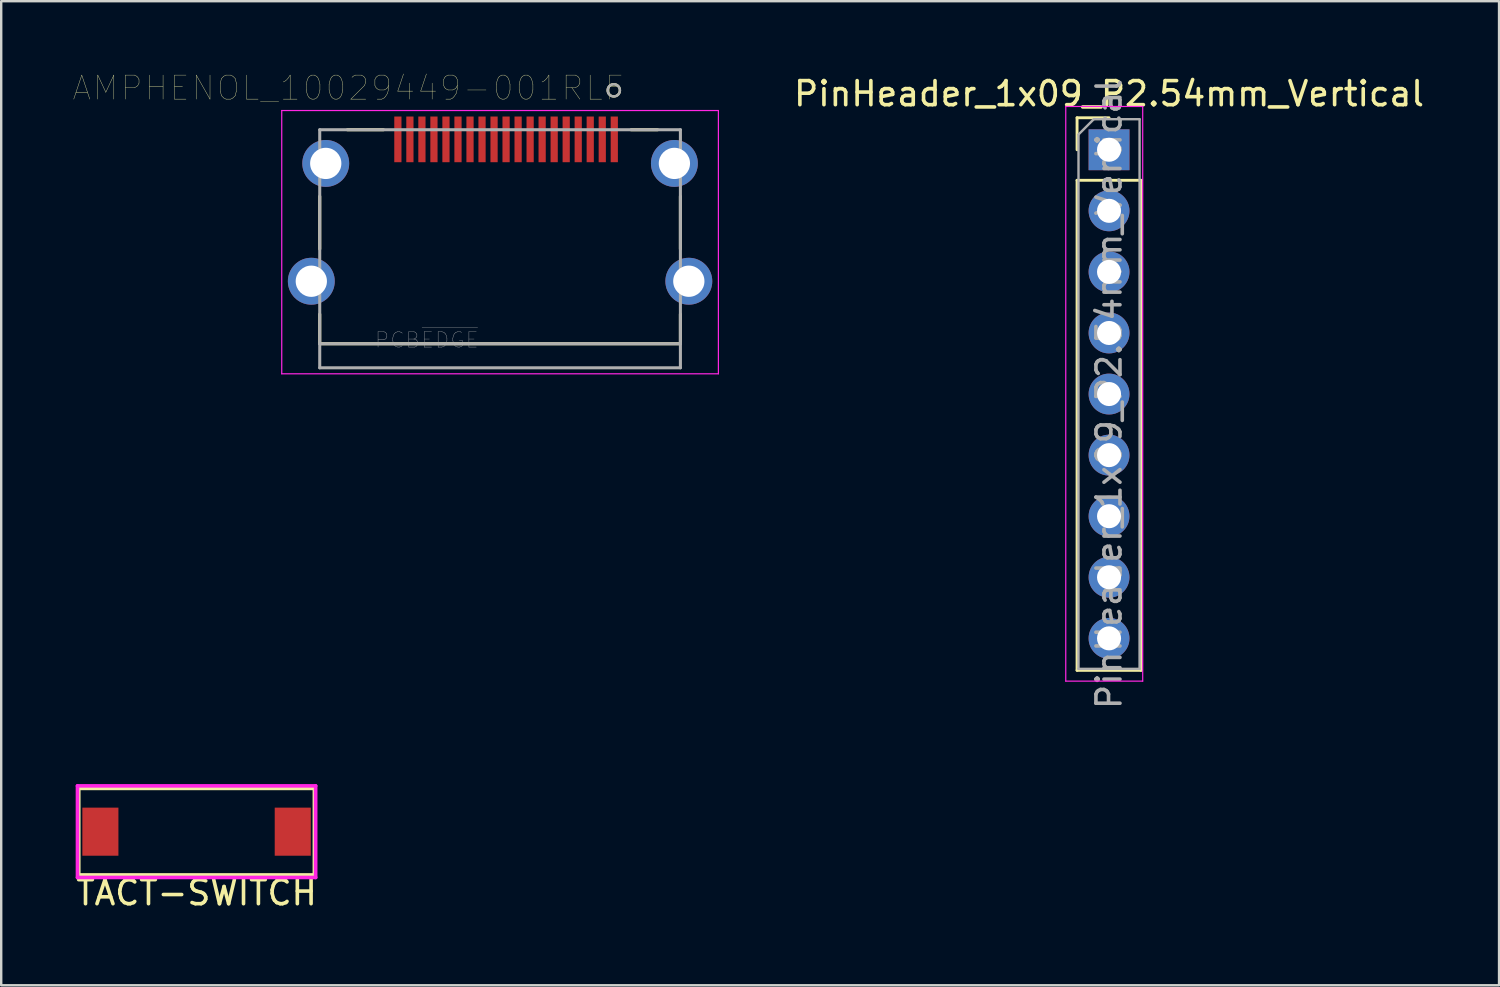
<source format=kicad_pcb>
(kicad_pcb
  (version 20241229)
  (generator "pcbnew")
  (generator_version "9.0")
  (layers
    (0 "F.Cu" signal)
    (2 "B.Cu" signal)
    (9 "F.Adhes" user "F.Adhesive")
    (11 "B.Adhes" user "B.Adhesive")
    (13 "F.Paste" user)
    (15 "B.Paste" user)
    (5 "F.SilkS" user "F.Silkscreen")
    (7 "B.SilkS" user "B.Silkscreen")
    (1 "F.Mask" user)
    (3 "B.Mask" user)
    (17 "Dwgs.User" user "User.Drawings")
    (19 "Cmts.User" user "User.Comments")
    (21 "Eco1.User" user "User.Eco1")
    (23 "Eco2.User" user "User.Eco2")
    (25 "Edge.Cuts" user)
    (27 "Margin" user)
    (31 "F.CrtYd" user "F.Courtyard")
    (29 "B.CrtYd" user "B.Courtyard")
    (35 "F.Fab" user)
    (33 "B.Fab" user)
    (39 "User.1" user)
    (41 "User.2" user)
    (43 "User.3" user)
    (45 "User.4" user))
  (footprint "PinHeader_1x09_P2.54mm_Vertical"
    (layer "F.Cu")
    (at 43.073 3.178)
    (property "Reference" "PinHeader_1x09_P2.54mm_Vertical" (at 0 -2.33 180) (layer "F.SilkS") (effects (font (size 1 1) (thickness 0.15))))
    (attr through_hole)
    (fp_line (start -1.33 -1.33) (end 0 -1.33) (stroke (width 0.12) (type solid)) (layer "F.SilkS"))
    (fp_line (start -1.33 0) (end -1.33 -1.33) (stroke (width 0.12) (type solid)) (layer "F.SilkS"))
    (fp_line (start -1.33 1.27) (end -1.33 21.65) (stroke (width 0.12) (type solid)) (layer "F.SilkS"))
    (fp_line (start -1.33 1.27) (end 1.33 1.27) (stroke (width 0.12) (type solid)) (layer "F.SilkS"))
    (fp_line (start -1.33 21.65) (end 1.33 21.65) (stroke (width 0.12) (type solid)) (layer "F.SilkS"))
    (fp_line (start 1.33 1.27) (end 1.33 21.65) (stroke (width 0.12) (type solid)) (layer "F.SilkS"))
    (fp_line (start -1.8 -1.8) (end -1.8 22.1) (stroke (width 0.05) (type solid)) (layer "F.CrtYd"))
    (fp_line (start -1.8 22.1) (end 1.4 22.1) (stroke (width 0.05) (type solid)) (layer "F.CrtYd"))
    (fp_line (start 1.4 -1.8) (end -1.8 -1.8) (stroke (width 0.05) (type solid)) (layer "F.CrtYd"))
    (fp_line (start 1.4 22.1) (end 1.4 -1.8) (stroke (width 0.05) (type solid)) (layer "F.CrtYd"))
    (fp_line (start -1.27 -0.635) (end -0.635 -1.27) (stroke (width 0.1) (type solid)) (layer "F.Fab"))
    (fp_line (start -1.27 21.59) (end -1.27 -0.635) (stroke (width 0.1) (type solid)) (layer "F.Fab"))
    (fp_line (start -0.635 -1.27) (end 1.27 -1.27) (stroke (width 0.1) (type solid)) (layer "F.Fab"))
    (fp_line (start 1.27 -1.27) (end 1.27 21.59) (stroke (width 0.1) (type solid)) (layer "F.Fab"))
    (fp_line (start 1.27 21.59) (end -1.27 21.59) (stroke (width 0.1) (type solid)) (layer "F.Fab"))
    (fp_text user "${REFERENCE}" (at 0 10.16 90) (layer "F.Fab") (effects (font (size 1 1) (thickness 0.15))))
    (pad "1" thru_hole rect (at 0 0) (size 1.7 1.7) (drill 1) (layers "*.Cu" "*.Mask"))
    (pad "2" thru_hole oval (at 0 2.54) (size 1.7 1.7) (drill 1) (layers "*.Cu" "*.Mask"))
    (pad "3" thru_hole oval (at 0 5.08) (size 1.7 1.7) (drill 1) (layers "*.Cu" "*.Mask"))
    (pad "4" thru_hole oval (at 0 7.62) (size 1.7 1.7) (drill 1) (layers "*.Cu" "*.Mask"))
    (pad "5" thru_hole oval (at 0 10.16) (size 1.7 1.7) (drill 1) (layers "*.Cu" "*.Mask"))
    (pad "6" thru_hole oval (at 0 12.7) (size 1.7 1.7) (drill 1) (layers "*.Cu" "*.Mask"))
    (pad "7" thru_hole oval (at 0 15.24) (size 1.7 1.7) (drill 1) (layers "*.Cu" "*.Mask"))
    (pad "8" thru_hole oval (at 0 17.78) (size 1.7 1.7) (drill 1) (layers "*.Cu" "*.Mask"))
    (pad "9" thru_hole oval (at 0 20.32) (size 1.7 1.7) (drill 1) (layers "*.Cu" "*.Mask")))
  (footprint "TACT-SWITCH"
    (layer "F.Cu")
    (at 5.125 31.538)
    (property "Reference" "TACT-SWITCH" (at 0 2.54 0) (layer "F.SilkS") (effects (font (size 1 1) (thickness 0.15))))
    (attr through_hole)
    (fp_line (start -4.9 -1.8) (end 4.9 -1.8) (stroke (width 0.15) (type solid)) (layer "F.SilkS"))
    (fp_line (start -4.9 1.8) (end -4.9 -1.8) (stroke (width 0.15) (type solid)) (layer "F.SilkS"))
    (fp_line (start 4.9 -1.8) (end 4.9 1.8) (stroke (width 0.15) (type solid)) (layer "F.SilkS"))
    (fp_line (start 4.9 1.8) (end -4.9 1.8) (stroke (width 0.15) (type solid)) (layer "F.SilkS"))
    (fp_line (start -4.953 -1.905) (end 4.953 -1.905) (stroke (width 0.15) (type solid)) (layer "F.CrtYd"))
    (fp_line (start -4.953 1.905) (end -4.953 -1.905) (stroke (width 0.15) (type solid)) (layer "F.CrtYd"))
    (fp_line (start 4.953 -1.905) (end 4.953 1.905) (stroke (width 0.15) (type solid)) (layer "F.CrtYd"))
    (fp_line (start 4.953 1.905) (end -4.953 1.905) (stroke (width 0.15) (type solid)) (layer "F.CrtYd"))
    (pad "1" smd rect (at -4 0) (size 1.5 2) (layers "F.Cu" "F.Mask" "F.Paste"))
    (pad "2" smd rect (at 4 0) (size 1.5 2) (layers "F.Cu" "F.Mask" "F.Paste")))
  (footprint "AMPHENOL_10029449-001RLF"
    (layer "F.Cu")
    (at 17.747 3.746)
    (property "Reference" "AMPHENOL_10029449-001RLF" (at -6.325 -3.135 0) (layer "F.SilkS") (effects (font (size 1 1) (thickness 0.015))))
    (attr through_hole)
    (fp_line (start -7.5 3.56) (end -7.5 1.37) (stroke (width 0.127) (type solid)) (layer "F.SilkS"))
    (fp_line (start -7.5 7.5) (end -7.5 6.27) (stroke (width 0.127) (type solid)) (layer "F.SilkS"))
    (fp_line (start -6.35 -1.4) (end -4.85 -1.4) (stroke (width 0.127) (type solid)) (layer "F.SilkS"))
    (fp_line (start 5.45 -1.4) (end 6.55 -1.4) (stroke (width 0.127) (type solid)) (layer "F.SilkS"))
    (fp_line (start 7.5 1.37) (end 7.5 3.56) (stroke (width 0.127) (type solid)) (layer "F.SilkS"))
    (fp_line (start 7.5 6.27) (end 7.5 7.5) (stroke (width 0.127) (type solid)) (layer "F.SilkS"))
    (fp_line (start 7.5 7.5) (end -7.5 7.5) (stroke (width 0.127) (type solid)) (layer "F.SilkS"))
    (fp_circle (center 4.73 -3.04) (end 4.984 -3.04) (stroke (width 0.1) (type solid)) (fill no) (layer "F.SilkS"))
    (fp_line (start -9.08 -2.2) (end 9.08 -2.2) (stroke (width 0.05) (type solid)) (layer "F.CrtYd"))
    (fp_line (start -9.08 8.75) (end -9.08 -2.2) (stroke (width 0.05) (type solid)) (layer "F.CrtYd"))
    (fp_line (start 9.08 -2.2) (end 9.08 8.75) (stroke (width 0.05) (type solid)) (layer "F.CrtYd"))
    (fp_line (start 9.08 8.75) (end -9.08 8.75) (stroke (width 0.05) (type solid)) (layer "F.CrtYd"))
    (fp_line (start -7.5 -1.4) (end 7.5 -1.4) (stroke (width 0.127) (type solid)) (layer "F.Fab"))
    (fp_line (start -7.5 7.5) (end -7.5 -1.4) (stroke (width 0.127) (type solid)) (layer "F.Fab"))
    (fp_line (start -7.5 8.5) (end -7.5 7.5) (stroke (width 0.127) (type solid)) (layer "F.Fab"))
    (fp_line (start 7.5 -1.4) (end 7.5 7.5) (stroke (width 0.127) (type solid)) (layer "F.Fab"))
    (fp_line (start 7.5 7.5) (end -7.5 7.5) (stroke (width 0.127) (type solid)) (layer "F.Fab"))
    (fp_line (start 7.5 7.5) (end 7.5 8.5) (stroke (width 0.127) (type solid)) (layer "F.Fab"))
    (fp_line (start 7.5 8.5) (end -7.5 8.5) (stroke (width 0.127) (type solid)) (layer "F.Fab"))
    (fp_circle (center 4.73 -3.04) (end 4.984 -3.04) (stroke (width 0.1) (type solid)) (fill no) (layer "F.Fab"))
    (fp_text user "PCB~{EDGE}" (at -3.048 7.343 0) (layer "F.Fab") (effects (font (size 0.64 0.64) (thickness 0.015))))
    (pad "1" smd rect (at 4.75 -1) (size 0.3 1.9) (layers "F.Cu" "F.Mask" "F.Paste"))
    (pad "2" smd rect (at 4.25 -1) (size 0.3 1.9) (layers "F.Cu" "F.Mask" "F.Paste"))
    (pad "3" smd rect (at 3.75 -1) (size 0.3 1.9) (layers "F.Cu" "F.Mask" "F.Paste"))
    (pad "4" smd rect (at 3.25 -1) (size 0.3 1.9) (layers "F.Cu" "F.Mask" "F.Paste"))
    (pad "5" smd rect (at 2.75 -1) (size 0.3 1.9) (layers "F.Cu" "F.Mask" "F.Paste"))
    (pad "6" smd rect (at 2.25 -1) (size 0.3 1.9) (layers "F.Cu" "F.Mask" "F.Paste"))
    (pad "7" smd rect (at 1.75 -1) (size 0.3 1.9) (layers "F.Cu" "F.Mask" "F.Paste"))
    (pad "8" smd rect (at 1.25 -1) (size 0.3 1.9) (layers "F.Cu" "F.Mask" "F.Paste"))
    (pad "9" smd rect (at 0.75 -1) (size 0.3 1.9) (layers "F.Cu" "F.Mask" "F.Paste"))
    (pad "10" smd rect (at 0.25 -1) (size 0.3 1.9) (layers "F.Cu" "F.Mask" "F.Paste"))
    (pad "11" smd rect (at -0.25 -1) (size 0.3 1.9) (layers "F.Cu" "F.Mask" "F.Paste"))
    (pad "12" smd rect (at -0.75 -1) (size 0.3 1.9) (layers "F.Cu" "F.Mask" "F.Paste"))
    (pad "13" smd rect (at -1.25 -1) (size 0.3 1.9) (layers "F.Cu" "F.Mask" "F.Paste"))
    (pad "14" smd rect (at -1.75 -1) (size 0.3 1.9) (layers "F.Cu" "F.Mask" "F.Paste"))
    (pad "15" smd rect (at -2.25 -1) (size 0.3 1.9) (layers "F.Cu" "F.Mask" "F.Paste"))
    (pad "16" smd rect (at -2.75 -1) (size 0.3 1.9) (layers "F.Cu" "F.Mask" "F.Paste"))
    (pad "17" smd rect (at -3.25 -1) (size 0.3 1.9) (layers "F.Cu" "F.Mask" "F.Paste"))
    (pad "18" smd rect (at -3.75 -1) (size 0.3 1.9) (layers "F.Cu" "F.Mask" "F.Paste"))
    (pad "19" smd rect (at -4.25 -1) (size 0.3 1.9) (layers "F.Cu" "F.Mask" "F.Paste"))
    (pad "S1" thru_hole circle (at 7.25 0) (size 1.95 1.95) (drill 1.3) (layers "*.Cu" "*.Mask"))
    (pad "S2" thru_hole circle (at -7.25 0) (size 1.95 1.95) (drill 1.3) (layers "*.Cu" "*.Mask"))
    (pad "S3" thru_hole circle (at -7.85 4.9) (size 1.95 1.95) (drill 1.3) (layers "*.Cu" "*.Mask"))
    (pad "S4" thru_hole circle (at 7.85 4.9) (size 1.95 1.95) (drill 1.3) (layers "*.Cu" "*.Mask")))
  (gr_rect
    (start -3 -3)
    (end 59.293 37.927)
    (stroke (width 0.1) (type default))
    (fill no)
    (layer "Edge.Cuts")))
</source>
